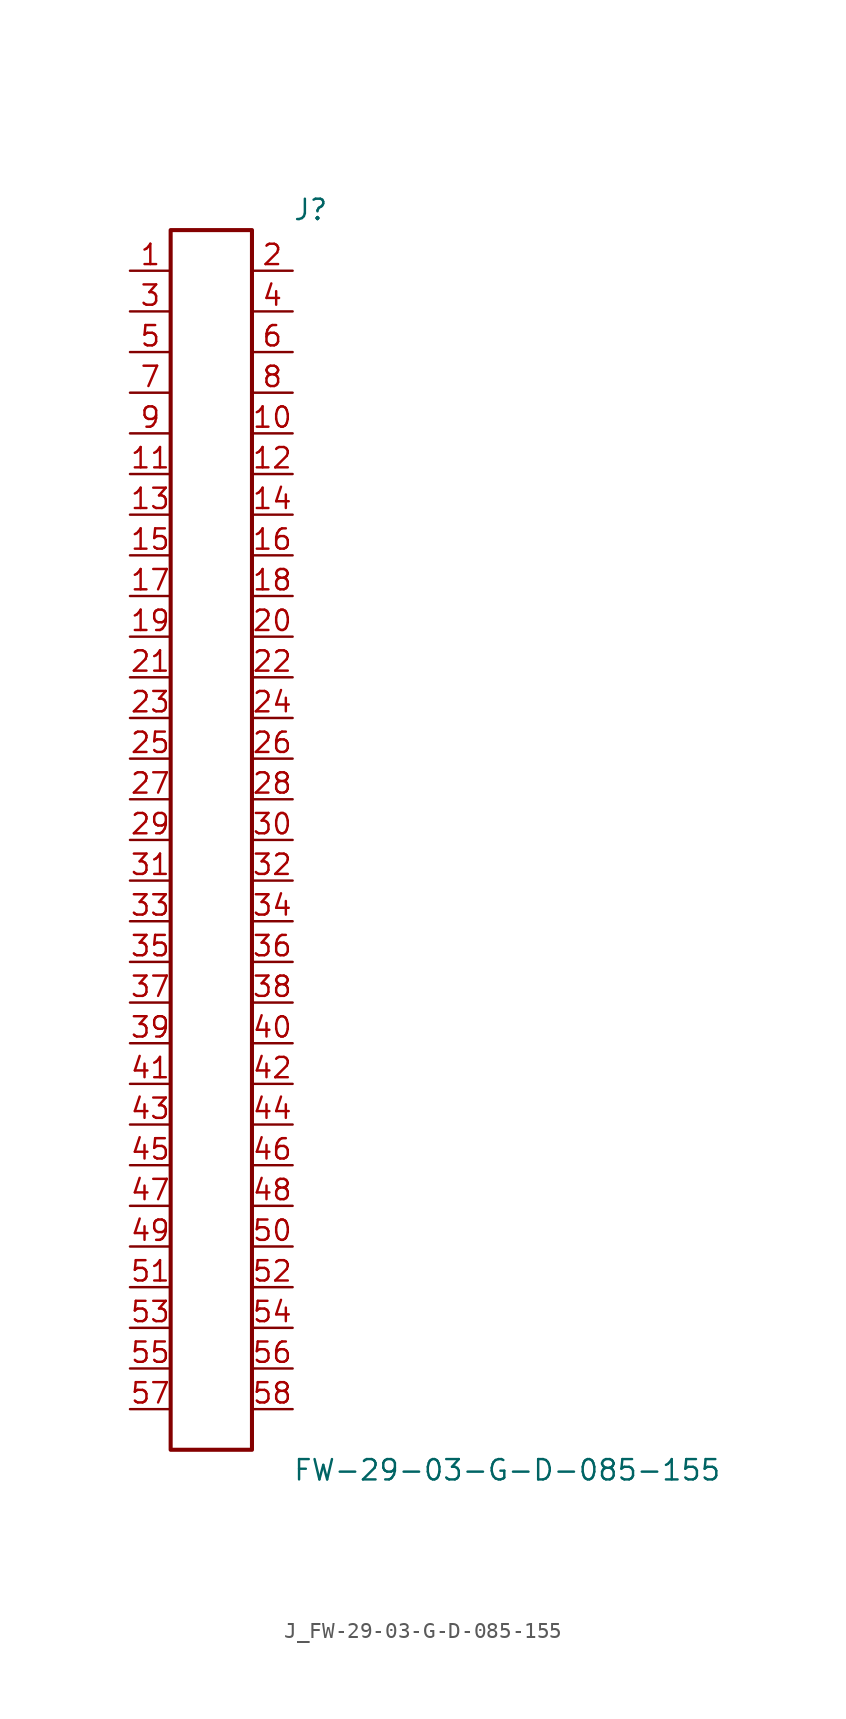
<source format=kicad_sym>
(kicad_symbol_lib
  (version 20231120)
  (generator kicad_symbol_editor)
  (generator_version 8.0)
  (symbol "J_FW-29-03-G-D-085-155"
    (pin_names
      (offset 0.254))
    (property "Reference" "J"
      (at 5.08 39.37 0)
      (effects (font (size 1.27 1.27)) (justify left)))
    (property "Value" "FW-29-03-G-D-085-155"
      (at 5.08 -39.37 0)
      (effects (font (size 1.27 1.27)) (justify left)))
    (symbol "J_FW-29-03-G-D-085-155_0_0"
      (pin unspecified line (at -5.08 35.56 0) (length 2.54) (name "" (effects (font (size 1.27 1.27)))) (number "1" (effects (font (size 1.27 1.27)))))
      (pin unspecified line (at 5.08 35.56 180) (length 2.54) (name "" (effects (font (size 1.27 1.27)))) (number "2" (effects (font (size 1.27 1.27)))))
      (pin unspecified line (at -5.08 33.02 0) (length 2.54) (name "" (effects (font (size 1.27 1.27)))) (number "3" (effects (font (size 1.27 1.27)))))
      (pin unspecified line (at 5.08 33.02 180) (length 2.54) (name "" (effects (font (size 1.27 1.27)))) (number "4" (effects (font (size 1.27 1.27)))))
      (pin unspecified line (at -5.08 30.48 0) (length 2.54) (name "" (effects (font (size 1.27 1.27)))) (number "5" (effects (font (size 1.27 1.27)))))
      (pin unspecified line (at 5.08 30.48 180) (length 2.54) (name "" (effects (font (size 1.27 1.27)))) (number "6" (effects (font (size 1.27 1.27)))))
      (pin unspecified line (at -5.08 27.94 0) (length 2.54) (name "" (effects (font (size 1.27 1.27)))) (number "7" (effects (font (size 1.27 1.27)))))
      (pin unspecified line (at 5.08 27.94 180) (length 2.54) (name "" (effects (font (size 1.27 1.27)))) (number "8" (effects (font (size 1.27 1.27)))))
      (pin unspecified line (at -5.08 25.4 0) (length 2.54) (name "" (effects (font (size 1.27 1.27)))) (number "9" (effects (font (size 1.27 1.27)))))
      (pin unspecified line (at 5.08 25.4 180) (length 2.54) (name "" (effects (font (size 1.27 1.27)))) (number "10" (effects (font (size 1.27 1.27)))))
      (pin unspecified line (at -5.08 22.86 0) (length 2.54) (name "" (effects (font (size 1.27 1.27)))) (number "11" (effects (font (size 1.27 1.27)))))
      (pin unspecified line (at 5.08 22.86 180) (length 2.54) (name "" (effects (font (size 1.27 1.27)))) (number "12" (effects (font (size 1.27 1.27)))))
      (pin unspecified line (at -5.08 20.32 0) (length 2.54) (name "" (effects (font (size 1.27 1.27)))) (number "13" (effects (font (size 1.27 1.27)))))
      (pin unspecified line (at 5.08 20.32 180) (length 2.54) (name "" (effects (font (size 1.27 1.27)))) (number "14" (effects (font (size 1.27 1.27)))))
      (pin unspecified line (at -5.08 17.78 0) (length 2.54) (name "" (effects (font (size 1.27 1.27)))) (number "15" (effects (font (size 1.27 1.27)))))
      (pin unspecified line (at 5.08 17.78 180) (length 2.54) (name "" (effects (font (size 1.27 1.27)))) (number "16" (effects (font (size 1.27 1.27)))))
      (pin unspecified line (at -5.08 15.24 0) (length 2.54) (name "" (effects (font (size 1.27 1.27)))) (number "17" (effects (font (size 1.27 1.27)))))
      (pin unspecified line (at 5.08 15.24 180) (length 2.54) (name "" (effects (font (size 1.27 1.27)))) (number "18" (effects (font (size 1.27 1.27)))))
      (pin unspecified line (at -5.08 12.7 0) (length 2.54) (name "" (effects (font (size 1.27 1.27)))) (number "19" (effects (font (size 1.27 1.27)))))
      (pin unspecified line (at 5.08 12.7 180) (length 2.54) (name "" (effects (font (size 1.27 1.27)))) (number "20" (effects (font (size 1.27 1.27)))))
      (pin unspecified line (at -5.08 10.16 0) (length 2.54) (name "" (effects (font (size 1.27 1.27)))) (number "21" (effects (font (size 1.27 1.27)))))
      (pin unspecified line (at 5.08 10.16 180) (length 2.54) (name "" (effects (font (size 1.27 1.27)))) (number "22" (effects (font (size 1.27 1.27)))))
      (pin unspecified line (at -5.08 7.62 0) (length 2.54) (name "" (effects (font (size 1.27 1.27)))) (number "23" (effects (font (size 1.27 1.27)))))
      (pin unspecified line (at 5.08 7.62 180) (length 2.54) (name "" (effects (font (size 1.27 1.27)))) (number "24" (effects (font (size 1.27 1.27)))))
      (pin unspecified line (at -5.08 5.08 0) (length 2.54) (name "" (effects (font (size 1.27 1.27)))) (number "25" (effects (font (size 1.27 1.27)))))
      (pin unspecified line (at 5.08 5.08 180) (length 2.54) (name "" (effects (font (size 1.27 1.27)))) (number "26" (effects (font (size 1.27 1.27)))))
      (pin unspecified line (at -5.08 2.54 0) (length 2.54) (name "" (effects (font (size 1.27 1.27)))) (number "27" (effects (font (size 1.27 1.27)))))
      (pin unspecified line (at 5.08 2.54 180) (length 2.54) (name "" (effects (font (size 1.27 1.27)))) (number "28" (effects (font (size 1.27 1.27)))))
      (pin unspecified line (at -5.08 0.0 0) (length 2.54) (name "" (effects (font (size 1.27 1.27)))) (number "29" (effects (font (size 1.27 1.27)))))
      (pin unspecified line (at 5.08 0.0 180) (length 2.54) (name "" (effects (font (size 1.27 1.27)))) (number "30" (effects (font (size 1.27 1.27)))))
      (pin unspecified line (at -5.08 -2.54 0) (length 2.54) (name "" (effects (font (size 1.27 1.27)))) (number "31" (effects (font (size 1.27 1.27)))))
      (pin unspecified line (at 5.08 -2.54 180) (length 2.54) (name "" (effects (font (size 1.27 1.27)))) (number "32" (effects (font (size 1.27 1.27)))))
      (pin unspecified line (at -5.08 -5.08 0) (length 2.54) (name "" (effects (font (size 1.27 1.27)))) (number "33" (effects (font (size 1.27 1.27)))))
      (pin unspecified line (at 5.08 -5.08 180) (length 2.54) (name "" (effects (font (size 1.27 1.27)))) (number "34" (effects (font (size 1.27 1.27)))))
      (pin unspecified line (at -5.08 -7.62 0) (length 2.54) (name "" (effects (font (size 1.27 1.27)))) (number "35" (effects (font (size 1.27 1.27)))))
      (pin unspecified line (at 5.08 -7.62 180) (length 2.54) (name "" (effects (font (size 1.27 1.27)))) (number "36" (effects (font (size 1.27 1.27)))))
      (pin unspecified line (at -5.08 -10.16 0) (length 2.54) (name "" (effects (font (size 1.27 1.27)))) (number "37" (effects (font (size 1.27 1.27)))))
      (pin unspecified line (at 5.08 -10.16 180) (length 2.54) (name "" (effects (font (size 1.27 1.27)))) (number "38" (effects (font (size 1.27 1.27)))))
      (pin unspecified line (at -5.08 -12.7 0) (length 2.54) (name "" (effects (font (size 1.27 1.27)))) (number "39" (effects (font (size 1.27 1.27)))))
      (pin unspecified line (at 5.08 -12.7 180) (length 2.54) (name "" (effects (font (size 1.27 1.27)))) (number "40" (effects (font (size 1.27 1.27)))))
      (pin unspecified line (at -5.08 -15.24 0) (length 2.54) (name "" (effects (font (size 1.27 1.27)))) (number "41" (effects (font (size 1.27 1.27)))))
      (pin unspecified line (at 5.08 -15.24 180) (length 2.54) (name "" (effects (font (size 1.27 1.27)))) (number "42" (effects (font (size 1.27 1.27)))))
      (pin unspecified line (at -5.08 -17.78 0) (length 2.54) (name "" (effects (font (size 1.27 1.27)))) (number "43" (effects (font (size 1.27 1.27)))))
      (pin unspecified line (at 5.08 -17.78 180) (length 2.54) (name "" (effects (font (size 1.27 1.27)))) (number "44" (effects (font (size 1.27 1.27)))))
      (pin unspecified line (at -5.08 -20.32 0) (length 2.54) (name "" (effects (font (size 1.27 1.27)))) (number "45" (effects (font (size 1.27 1.27)))))
      (pin unspecified line (at 5.08 -20.32 180) (length 2.54) (name "" (effects (font (size 1.27 1.27)))) (number "46" (effects (font (size 1.27 1.27)))))
      (pin unspecified line (at -5.08 -22.86 0) (length 2.54) (name "" (effects (font (size 1.27 1.27)))) (number "47" (effects (font (size 1.27 1.27)))))
      (pin unspecified line (at 5.08 -22.86 180) (length 2.54) (name "" (effects (font (size 1.27 1.27)))) (number "48" (effects (font (size 1.27 1.27)))))
      (pin unspecified line (at -5.08 -25.4 0) (length 2.54) (name "" (effects (font (size 1.27 1.27)))) (number "49" (effects (font (size 1.27 1.27)))))
      (pin unspecified line (at 5.08 -25.4 180) (length 2.54) (name "" (effects (font (size 1.27 1.27)))) (number "50" (effects (font (size 1.27 1.27)))))
      (pin unspecified line (at -5.08 -27.94 0) (length 2.54) (name "" (effects (font (size 1.27 1.27)))) (number "51" (effects (font (size 1.27 1.27)))))
      (pin unspecified line (at 5.08 -27.94 180) (length 2.54) (name "" (effects (font (size 1.27 1.27)))) (number "52" (effects (font (size 1.27 1.27)))))
      (pin unspecified line (at -5.08 -30.48 0) (length 2.54) (name "" (effects (font (size 1.27 1.27)))) (number "53" (effects (font (size 1.27 1.27)))))
      (pin unspecified line (at 5.08 -30.48 180) (length 2.54) (name "" (effects (font (size 1.27 1.27)))) (number "54" (effects (font (size 1.27 1.27)))))
      (pin unspecified line (at -5.08 -33.02 0) (length 2.54) (name "" (effects (font (size 1.27 1.27)))) (number "55" (effects (font (size 1.27 1.27)))))
      (pin unspecified line (at 5.08 -33.02 180) (length 2.54) (name "" (effects (font (size 1.27 1.27)))) (number "56" (effects (font (size 1.27 1.27)))))
      (pin unspecified line (at -5.08 -35.56 0) (length 2.54) (name "" (effects (font (size 1.27 1.27)))) (number "57" (effects (font (size 1.27 1.27)))))
      (pin unspecified line (at 5.08 -35.56 180) (length 2.54) (name "" (effects (font (size 1.27 1.27)))) (number "58" (effects (font (size 1.27 1.27))))))
    (symbol "J_FW-29-03-G-D-085-155_1_0"
      (rectangle (start -2.54 38.1) (end 2.54 -38.1) (stroke (width 0.254) (type solid)) (fill (type none))))))
</source>
